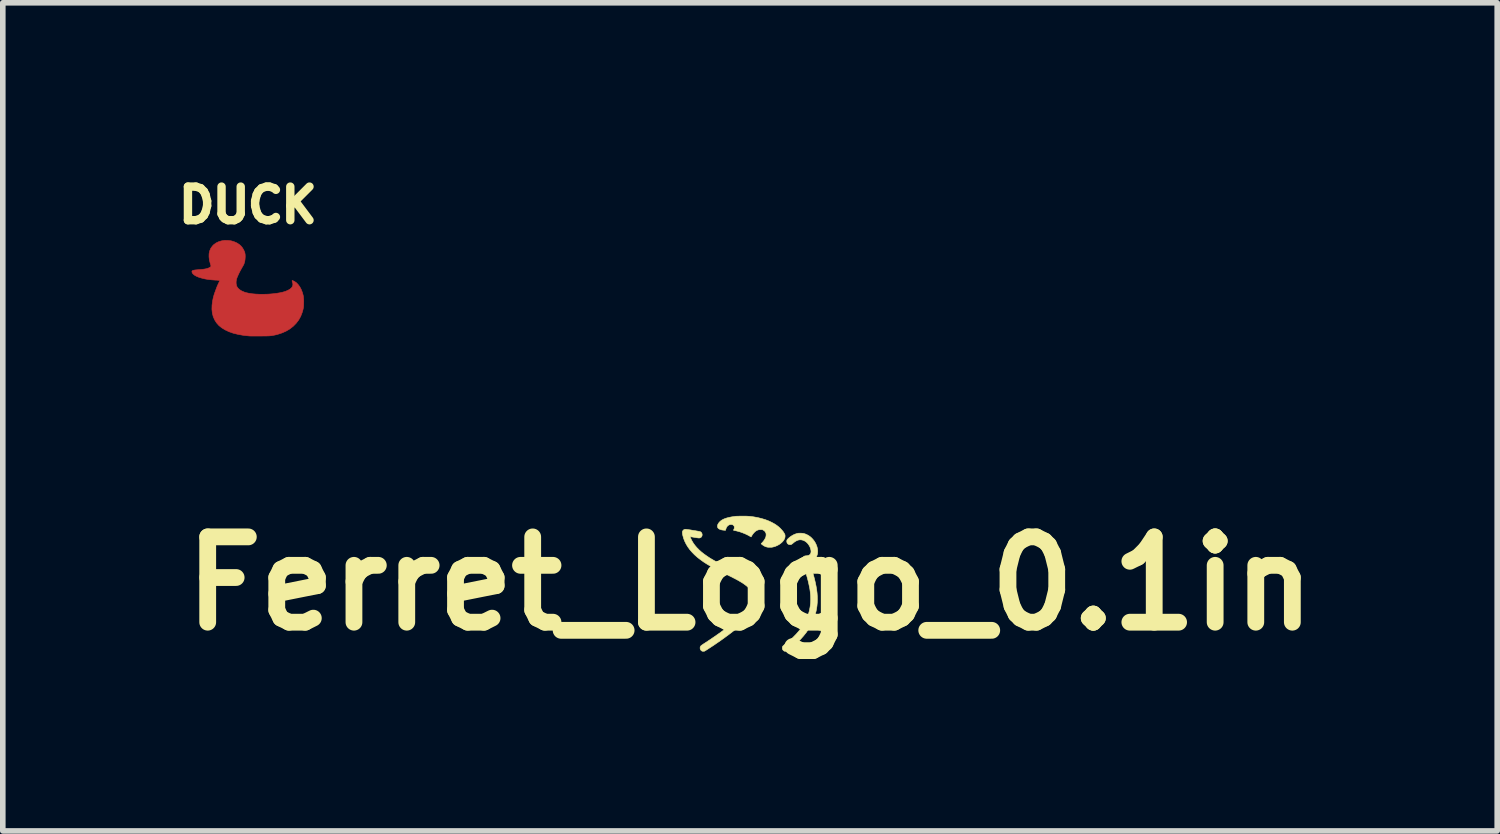
<source format=kicad_pcb>
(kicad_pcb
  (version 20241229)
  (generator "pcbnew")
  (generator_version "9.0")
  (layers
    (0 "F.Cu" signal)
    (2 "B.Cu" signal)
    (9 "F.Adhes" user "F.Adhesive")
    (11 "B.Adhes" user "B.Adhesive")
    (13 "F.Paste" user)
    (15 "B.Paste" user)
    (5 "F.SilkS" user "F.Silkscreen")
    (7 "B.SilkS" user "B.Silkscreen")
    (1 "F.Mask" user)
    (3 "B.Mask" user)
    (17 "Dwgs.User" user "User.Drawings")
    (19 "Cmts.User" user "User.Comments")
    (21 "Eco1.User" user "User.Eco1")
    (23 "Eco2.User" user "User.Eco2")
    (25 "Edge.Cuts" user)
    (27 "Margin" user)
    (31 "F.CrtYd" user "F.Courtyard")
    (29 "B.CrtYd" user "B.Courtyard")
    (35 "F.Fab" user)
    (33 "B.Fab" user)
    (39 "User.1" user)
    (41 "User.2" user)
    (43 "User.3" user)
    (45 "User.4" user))
  (footprint "Ferret_Logo_0.1in"
    (layer "F.Cu")
    (at 10.349 7.376)
    (property "Reference" "Ferret_Logo_0.1in" (at 0 0 0) (layer "F.SilkS") (effects (font (size 1.524 1.524) (thickness 0.3))))
    (attr through_hole)
    (fp_poly (pts (xy 1.048 -0.334) (xy 1.061 -0.329) (xy 1.072 -0.321) (xy 1.076 -0.317) (xy 1.08 -0.312) (xy 1.083 -0.307) (xy 1.087 -0.299) (xy 1.09 -0.29) (xy 1.095 -0.276) (xy 1.1 -0.259) (xy 1.104 -0.249) (xy 1.128 -0.171) (xy 1.148 -0.097) (xy 1.165 -0.026) (xy 1.179 0.041) (xy 1.19 0.106) (xy 1.198 0.168) (xy 1.202 0.228) (xy 1.203 0.286) (xy 1.201 0.343) (xy 1.196 0.399) (xy 1.188 0.454) (xy 1.181 0.489) (xy 1.164 0.556) (xy 1.142 0.622) (xy 1.115 0.686) (xy 1.083 0.75) (xy 1.045 0.813) (xy 1.003 0.875) (xy 0.955 0.935) (xy 0.902 0.995) (xy 0.843 1.053) (xy 0.78 1.11) (xy 0.726 1.155) (xy 0.707 1.17) (xy 0.692 1.182) (xy 0.68 1.191) (xy 0.67 1.198) (xy 0.663 1.203) (xy 0.66 1.205) (xy 0.65 1.208) (xy 0.638 1.209) (xy 0.625 1.209) (xy 0.614 1.207) (xy 0.61 1.205) (xy 0.595 1.194) (xy 0.584 1.181) (xy 0.578 1.165) (xy 0.577 1.151) (xy 0.577 1.141) (xy 0.579 1.132) (xy 0.582 1.124) (xy 0.588 1.115) (xy 0.597 1.107) (xy 0.609 1.096) (xy 0.624 1.084) (xy 0.628 1.081) (xy 0.681 1.039) (xy 0.731 0.995) (xy 0.779 0.949) (xy 0.825 0.902) (xy 0.866 0.855) (xy 0.904 0.808) (xy 0.925 0.78) (xy 0.962 0.722) (xy 0.994 0.664) (xy 1.021 0.604) (xy 1.044 0.543) (xy 1.061 0.481) (xy 1.073 0.417) (xy 1.081 0.352) (xy 1.084 0.285) (xy 1.082 0.215) (xy 1.075 0.144) (xy 1.068 0.092) (xy 1.058 0.043) (xy 1.047 -0.009) (xy 1.034 -0.063) (xy 1.019 -0.119) (xy 1.003 -0.174) (xy 0.986 -0.228) (xy 0.982 -0.239) (xy 0.976 -0.26) (xy 0.974 -0.278) (xy 0.975 -0.294) (xy 0.981 -0.307) (xy 0.989 -0.318) (xy 1.002 -0.329) (xy 1.017 -0.334) (xy 1.032 -0.336) (xy 1.048 -0.334)) (stroke (width 0.01) (type solid)) (fill yes) (layer "F.SilkS"))
    (fp_poly (pts (xy 0.923 -0.9) (xy 0.945 -0.898) (xy 0.964 -0.894) (xy 0.984 -0.888) (xy 1.004 -0.88) (xy 1.037 -0.864) (xy 1.069 -0.843) (xy 1.098 -0.818) (xy 1.124 -0.79) (xy 1.148 -0.759) (xy 1.168 -0.726) (xy 1.184 -0.692) (xy 1.197 -0.656) (xy 1.205 -0.62) (xy 1.209 -0.584) (xy 1.208 -0.565) (xy 1.207 -0.543) (xy 1.203 -0.524) (xy 1.198 -0.507) (xy 1.191 -0.489) (xy 1.188 -0.483) (xy 1.173 -0.457) (xy 1.154 -0.435) (xy 1.131 -0.416) (xy 1.105 -0.401) (xy 1.075 -0.389) (xy 1.07 -0.387) (xy 1.056 -0.384) (xy 1.04 -0.381) (xy 1.023 -0.38) (xy 1.006 -0.379) (xy 0.991 -0.379) (xy 0.978 -0.38) (xy 0.969 -0.382) (xy 0.967 -0.383) (xy 0.952 -0.393) (xy 0.941 -0.407) (xy 0.935 -0.423) (xy 0.934 -0.437) (xy 0.936 -0.452) (xy 0.941 -0.465) (xy 0.949 -0.477) (xy 0.957 -0.484) (xy 0.966 -0.489) (xy 0.977 -0.493) (xy 0.992 -0.496) (xy 1.004 -0.497) (xy 1.024 -0.499) (xy 1.039 -0.503) (xy 1.052 -0.507) (xy 1.062 -0.513) (xy 1.071 -0.52) (xy 1.081 -0.534) (xy 1.087 -0.55) (xy 1.09 -0.569) (xy 1.089 -0.59) (xy 1.085 -0.612) (xy 1.078 -0.635) (xy 1.069 -0.658) (xy 1.057 -0.68) (xy 1.042 -0.702) (xy 1.026 -0.722) (xy 1.007 -0.74) (xy 0.987 -0.755) (xy 0.981 -0.759) (xy 0.954 -0.772) (xy 0.928 -0.78) (xy 0.901 -0.783) (xy 0.874 -0.781) (xy 0.847 -0.773) (xy 0.82 -0.76) (xy 0.792 -0.742) (xy 0.769 -0.723) (xy 0.756 -0.712) (xy 0.746 -0.705) (xy 0.738 -0.7) (xy 0.73 -0.697) (xy 0.721 -0.696) (xy 0.714 -0.696) (xy 0.697 -0.698) (xy 0.681 -0.705) (xy 0.669 -0.715) (xy 0.661 -0.729) (xy 0.657 -0.746) (xy 0.656 -0.754) (xy 0.657 -0.765) (xy 0.659 -0.775) (xy 0.664 -0.785) (xy 0.672 -0.795) (xy 0.684 -0.806) (xy 0.688 -0.811) (xy 0.721 -0.838) (xy 0.755 -0.86) (xy 0.791 -0.879) (xy 0.828 -0.892) (xy 0.832 -0.893) (xy 0.843 -0.896) (xy 0.853 -0.898) (xy 0.863 -0.9) (xy 0.874 -0.9) (xy 0.888 -0.901) (xy 0.898 -0.901) (xy 0.923 -0.9)) (stroke (width 0.01) (type solid)) (fill yes) (layer "F.SilkS"))
    (fp_poly (pts (xy -0.116 -1.205) (xy -0.091 -1.205) (xy -0.067 -1.205) (xy -0.045 -1.204) (xy -0.027 -1.203) (xy -0.012 -1.202) (xy -0.007 -1.202) (xy 0.069 -1.192) (xy 0.14 -1.179) (xy 0.208 -1.162) (xy 0.272 -1.143) (xy 0.332 -1.12) (xy 0.388 -1.094) (xy 0.44 -1.065) (xy 0.441 -1.065) (xy 0.475 -1.042) (xy 0.508 -1.017) (xy 0.538 -0.99) (xy 0.565 -0.961) (xy 0.589 -0.933) (xy 0.608 -0.904) (xy 0.617 -0.889) (xy 0.621 -0.88) (xy 0.624 -0.873) (xy 0.625 -0.865) (xy 0.626 -0.856) (xy 0.626 -0.848) (xy 0.625 -0.833) (xy 0.623 -0.822) (xy 0.62 -0.811) (xy 0.619 -0.809) (xy 0.607 -0.784) (xy 0.59 -0.76) (xy 0.569 -0.737) (xy 0.544 -0.716) (xy 0.517 -0.697) (xy 0.487 -0.681) (xy 0.455 -0.667) (xy 0.423 -0.657) (xy 0.396 -0.651) (xy 0.382 -0.649) (xy 0.366 -0.649) (xy 0.348 -0.649) (xy 0.33 -0.649) (xy 0.315 -0.651) (xy 0.306 -0.652) (xy 0.275 -0.661) (xy 0.247 -0.675) (xy 0.221 -0.693) (xy 0.214 -0.699) (xy 0.198 -0.712) (xy 0.216 -0.731) (xy 0.234 -0.751) (xy 0.248 -0.769) (xy 0.259 -0.786) (xy 0.267 -0.8) (xy 0.276 -0.817) (xy 0.282 -0.833) (xy 0.285 -0.847) (xy 0.287 -0.863) (xy 0.287 -0.872) (xy 0.287 -0.884) (xy 0.286 -0.893) (xy 0.284 -0.9) (xy 0.281 -0.908) (xy 0.278 -0.913) (xy 0.267 -0.932) (xy 0.252 -0.946) (xy 0.233 -0.957) (xy 0.226 -0.961) (xy 0.22 -0.963) (xy 0.212 -0.964) (xy 0.203 -0.964) (xy 0.189 -0.964) (xy 0.188 -0.964) (xy 0.168 -0.964) (xy 0.152 -0.961) (xy 0.138 -0.957) (xy 0.123 -0.95) (xy 0.111 -0.944) (xy 0.094 -0.932) (xy 0.077 -0.916) (xy 0.06 -0.897) (xy 0.044 -0.876) (xy 0.031 -0.855) (xy 0.026 -0.846) (xy 0.02 -0.834) (xy 0.002 -0.844) (xy -0.044 -0.869) (xy -0.091 -0.891) (xy -0.136 -0.909) (xy -0.173 -0.922) (xy -0.185 -0.926) (xy -0.199 -0.93) (xy -0.215 -0.934) (xy -0.232 -0.939) (xy -0.247 -0.942) (xy -0.262 -0.946) (xy -0.274 -0.948) (xy -0.282 -0.95) (xy -0.284 -0.95) (xy -0.292 -0.951) (xy -0.295 -0.955) (xy -0.293 -0.96) (xy -0.293 -0.961) (xy -0.285 -0.976) (xy -0.281 -0.992) (xy -0.28 -1.008) (xy -0.283 -1.023) (xy -0.286 -1.029) (xy -0.294 -1.04) (xy -0.306 -1.049) (xy -0.321 -1.054) (xy -0.338 -1.057) (xy -0.353 -1.055) (xy -0.374 -1.049) (xy -0.392 -1.038) (xy -0.408 -1.023) (xy -0.421 -1.003) (xy -0.43 -0.98) (xy -0.433 -0.97) (xy -0.438 -0.952) (xy -0.465 -0.954) (xy -0.492 -0.957) (xy -0.516 -0.962) (xy -0.537 -0.969) (xy -0.555 -0.978) (xy -0.568 -0.989) (xy -0.573 -0.994) (xy -0.58 -1.009) (xy -0.582 -1.025) (xy -0.58 -1.042) (xy -0.574 -1.06) (xy -0.563 -1.078) (xy -0.549 -1.097) (xy -0.531 -1.114) (xy -0.523 -1.121) (xy -0.501 -1.136) (xy -0.476 -1.15) (xy -0.447 -1.162) (xy -0.414 -1.173) (xy -0.377 -1.182) (xy -0.335 -1.191) (xy -0.288 -1.198) (xy -0.262 -1.202) (xy -0.25 -1.203) (xy -0.234 -1.204) (xy -0.215 -1.204) (xy -0.192 -1.205) (xy -0.168 -1.205) (xy -0.142 -1.205) (xy -0.116 -1.205)) (stroke (width 0.01) (type solid)) (fill yes) (layer "F.SilkS"))
    (fp_poly (pts (xy -1.147 -0.971) (xy -1.137 -0.969) (xy -1.123 -0.967) (xy -1.106 -0.965) (xy -1.086 -0.962) (xy -1.064 -0.959) (xy -1.042 -0.955) (xy -1.019 -0.951) (xy -0.995 -0.947) (xy -0.973 -0.944) (xy -0.952 -0.94) (xy -0.933 -0.937) (xy -0.917 -0.934) (xy -0.904 -0.931) (xy -0.895 -0.929) (xy -0.89 -0.928) (xy -0.876 -0.92) (xy -0.865 -0.907) (xy -0.858 -0.892) (xy -0.855 -0.875) (xy -0.855 -0.873) (xy -0.857 -0.856) (xy -0.864 -0.84) (xy -0.874 -0.828) (xy -0.888 -0.82) (xy -0.904 -0.815) (xy -0.912 -0.815) (xy -0.918 -0.815) (xy -0.929 -0.817) (xy -0.944 -0.818) (xy -0.961 -0.821) (xy -0.979 -0.824) (xy -0.997 -0.827) (xy -1.016 -0.83) (xy -1.033 -0.833) (xy -1.048 -0.835) (xy -1.059 -0.837) (xy -1.067 -0.838) (xy -1.07 -0.839) (xy -1.07 -0.839) (xy -1.07 -0.836) (xy -1.068 -0.83) (xy -1.064 -0.821) (xy -1.06 -0.81) (xy -1.054 -0.798) (xy -1.049 -0.786) (xy -1.043 -0.775) (xy -1.038 -0.765) (xy -1.038 -0.765) (xy -1.014 -0.724) (xy -0.985 -0.684) (xy -0.952 -0.645) (xy -0.914 -0.606) (xy -0.872 -0.568) (xy -0.824 -0.53) (xy -0.772 -0.493) (xy -0.715 -0.455) (xy -0.669 -0.428) (xy -0.655 -0.42) (xy -0.642 -0.412) (xy -0.629 -0.405) (xy -0.616 -0.398) (xy -0.602 -0.39) (xy -0.587 -0.382) (xy -0.57 -0.373) (xy -0.552 -0.364) (xy -0.532 -0.353) (xy -0.508 -0.342) (xy -0.482 -0.328) (xy -0.452 -0.313) (xy -0.419 -0.296) (xy -0.381 -0.278) (xy -0.336 -0.255) (xy -0.296 -0.235) (xy -0.26 -0.216) (xy -0.227 -0.2) (xy -0.198 -0.185) (xy -0.172 -0.171) (xy -0.149 -0.158) (xy -0.127 -0.146) (xy -0.108 -0.135) (xy -0.091 -0.125) (xy -0.074 -0.114) (xy -0.059 -0.104) (xy -0.044 -0.094) (xy -0.029 -0.084) (xy -0.015 -0.073) (xy -0.012 -0.07) (xy 0.024 -0.042) (xy 0.055 -0.015) (xy 0.082 0.013) (xy 0.104 0.041) (xy 0.124 0.07) (xy 0.14 0.101) (xy 0.14 0.102) (xy 0.155 0.138) (xy 0.164 0.174) (xy 0.169 0.212) (xy 0.168 0.25) (xy 0.163 0.289) (xy 0.152 0.33) (xy 0.137 0.371) (xy 0.116 0.413) (xy 0.09 0.456) (xy 0.06 0.501) (xy 0.024 0.547) (xy -0.002 0.577) (xy -0.041 0.619) (xy -0.085 0.663) (xy -0.133 0.708) (xy -0.187 0.756) (xy -0.245 0.804) (xy -0.307 0.855) (xy -0.374 0.906) (xy -0.446 0.959) (xy -0.522 1.014) (xy -0.602 1.069) (xy -0.631 1.089) (xy -0.651 1.103) (xy -0.673 1.117) (xy -0.694 1.131) (xy -0.715 1.145) (xy -0.736 1.158) (xy -0.755 1.171) (xy -0.772 1.182) (xy -0.786 1.191) (xy -0.798 1.198) (xy -0.806 1.203) (xy -0.809 1.205) (xy -0.818 1.208) (xy -0.83 1.209) (xy -0.843 1.209) (xy -0.854 1.207) (xy -0.859 1.205) (xy -0.874 1.194) (xy -0.884 1.181) (xy -0.89 1.165) (xy -0.892 1.151) (xy -0.89 1.134) (xy -0.883 1.119) (xy -0.874 1.108) (xy -0.87 1.105) (xy -0.862 1.099) (xy -0.851 1.092) (xy -0.837 1.082) (xy -0.822 1.072) (xy -0.808 1.063) (xy -0.718 1.004) (xy -0.633 0.946) (xy -0.553 0.89) (xy -0.478 0.836) (xy -0.408 0.783) (xy -0.343 0.731) (xy -0.282 0.681) (xy -0.227 0.633) (xy -0.177 0.586) (xy -0.132 0.541) (xy -0.091 0.498) (xy -0.056 0.456) (xy -0.026 0.415) (xy -0.000425 0.377) (xy 0.02 0.34) (xy 0.035 0.304) (xy 0.043 0.28) (xy 0.047 0.257) (xy 0.049 0.232) (xy 0.048 0.207) (xy 0.045 0.184) (xy 0.042 0.173) (xy 0.03 0.147) (xy 0.014 0.12) (xy -0.007 0.094) (xy -0.033 0.067) (xy -0.065 0.039) (xy -0.101 0.012) (xy -0.143 -0.017) (xy -0.145 -0.018) (xy -0.159 -0.026) (xy -0.174 -0.035) (xy -0.189 -0.044) (xy -0.206 -0.054) (xy -0.224 -0.064) (xy -0.245 -0.075) (xy -0.267 -0.087) (xy -0.293 -0.1) (xy -0.321 -0.115) (xy -0.354 -0.131) (xy -0.39 -0.149) (xy -0.431 -0.169) (xy -0.431 -0.169) (xy -0.478 -0.193) (xy -0.52 -0.214) (xy -0.559 -0.234) (xy -0.594 -0.251) (xy -0.625 -0.268) (xy -0.654 -0.283) (xy -0.681 -0.298) (xy -0.705 -0.311) (xy -0.728 -0.324) (xy -0.749 -0.337) (xy -0.77 -0.349) (xy -0.79 -0.362) (xy -0.81 -0.375) (xy -0.822 -0.382) (xy -0.882 -0.425) (xy -0.938 -0.468) (xy -0.989 -0.513) (xy -1.034 -0.559) (xy -1.075 -0.606) (xy -1.11 -0.654) (xy -1.14 -0.703) (xy -1.165 -0.753) (xy -1.183 -0.798) (xy -1.191 -0.824) (xy -1.198 -0.849) (xy -1.204 -0.873) (xy -1.207 -0.894) (xy -1.209 -0.912) (xy -1.208 -0.926) (xy -1.206 -0.936) (xy -1.205 -0.937) (xy -1.195 -0.952) (xy -1.182 -0.963) (xy -1.166 -0.969) (xy -1.152 -0.971) (xy -1.147 -0.971)) (stroke (width 0.01) (type solid)) (fill yes) (layer "F.SilkS")))
  (footprint "DUCK"
    (layer "F.Cu")
    (at 1.379 2.114)
    (property "Reference" "DUCK" (at 0 -1.5 0) (layer "F.SilkS") (effects (font (size 0.6 0.6) (thickness 0.15))))
    (attr through_hole)
    (fp_poly (pts (xy -0.357 -0.869) (xy -0.301 -0.862) (xy -0.247 -0.846) (xy -0.197 -0.824) (xy -0.151 -0.794) (xy -0.125 -0.77) (xy -0.099 -0.739) (xy -0.076 -0.701) (xy -0.059 -0.663) (xy -0.055 -0.649) (xy -0.049 -0.615) (xy -0.048 -0.575) (xy -0.051 -0.532) (xy -0.057 -0.492) (xy -0.068 -0.455) (xy -0.075 -0.437) (xy -0.083 -0.423) (xy -0.094 -0.403) (xy -0.107 -0.381) (xy -0.115 -0.366) (xy -0.137 -0.327) (xy -0.158 -0.286) (xy -0.176 -0.247) (xy -0.191 -0.212) (xy -0.202 -0.183) (xy -0.204 -0.175) (xy -0.21 -0.14) (xy -0.211 -0.105) (xy -0.206 -0.073) (xy -0.198 -0.046) (xy -0.197 -0.045) (xy -0.177 -0.016) (xy -0.148 0.011) (xy -0.111 0.034) (xy -0.067 0.053) (xy -0.036 0.063) (xy 0.016 0.075) (xy 0.076 0.084) (xy 0.143 0.09) (xy 0.214 0.093) (xy 0.288 0.093) (xy 0.363 0.091) (xy 0.437 0.085) (xy 0.508 0.077) (xy 0.574 0.066) (xy 0.623 0.055) (xy 0.673 0.04) (xy 0.715 0.022) (xy 0.75 0.002) (xy 0.777 -0.02) (xy 0.794 -0.044) (xy 0.799 -0.057) (xy 0.803 -0.075) (xy 0.803 -0.091) (xy 0.8 -0.108) (xy 0.794 -0.126) (xy 0.79 -0.141) (xy 0.789 -0.15) (xy 0.794 -0.153) (xy 0.805 -0.149) (xy 0.824 -0.14) (xy 0.83 -0.137) (xy 0.864 -0.115) (xy 0.896 -0.082) (xy 0.926 -0.042) (xy 0.951 0.005) (xy 0.972 0.058) (xy 0.982 0.093) (xy 0.988 0.116) (xy 0.992 0.136) (xy 0.994 0.157) (xy 0.996 0.182) (xy 0.997 0.213) (xy 0.997 0.228) (xy 0.996 0.268) (xy 0.995 0.301) (xy 0.992 0.33) (xy 0.986 0.359) (xy 0.978 0.39) (xy 0.97 0.417) (xy 0.943 0.487) (xy 0.907 0.552) (xy 0.862 0.611) (xy 0.809 0.665) (xy 0.749 0.712) (xy 0.681 0.752) (xy 0.605 0.785) (xy 0.523 0.812) (xy 0.46 0.826) (xy 0.442 0.829) (xy 0.425 0.832) (xy 0.407 0.834) (xy 0.387 0.836) (xy 0.363 0.837) (xy 0.334 0.838) (xy 0.298 0.838) (xy 0.254 0.839) (xy 0.225 0.839) (xy 0.182 0.839) (xy 0.141 0.839) (xy 0.103 0.839) (xy 0.071 0.839) (xy 0.046 0.839) (xy 0.029 0.838) (xy 0.024 0.838) (xy -0.079 0.827) (xy -0.174 0.81) (xy -0.261 0.789) (xy -0.338 0.762) (xy -0.408 0.729) (xy -0.468 0.692) (xy -0.52 0.65) (xy -0.562 0.602) (xy -0.594 0.551) (xy -0.62 0.492) (xy -0.636 0.429) (xy -0.643 0.362) (xy -0.641 0.289) (xy -0.631 0.211) (xy -0.617 0.145) (xy -0.605 0.103) (xy -0.589 0.056) (xy -0.571 0.007) (xy -0.553 -0.041) (xy -0.534 -0.084) (xy -0.522 -0.11) (xy -0.513 -0.128) (xy -0.506 -0.143) (xy -0.503 -0.152) (xy -0.503 -0.153) (xy -0.508 -0.154) (xy -0.521 -0.156) (xy -0.542 -0.158) (xy -0.568 -0.16) (xy -0.583 -0.16) (xy -0.649 -0.165) (xy -0.712 -0.172) (xy -0.771 -0.182) (xy -0.824 -0.195) (xy -0.872 -0.209) (xy -0.914 -0.226) (xy -0.948 -0.244) (xy -0.974 -0.264) (xy -0.992 -0.284) (xy -1 -0.306) (xy -1 -0.312) (xy -0.999 -0.32) (xy -0.993 -0.327) (xy -0.983 -0.333) (xy -0.967 -0.337) (xy -0.943 -0.341) (xy -0.912 -0.344) (xy -0.876 -0.347) (xy -0.825 -0.351) (xy -0.784 -0.356) (xy -0.75 -0.362) (xy -0.723 -0.369) (xy -0.701 -0.377) (xy -0.694 -0.381) (xy -0.676 -0.39) (xy -0.666 -0.397) (xy -0.661 -0.406) (xy -0.661 -0.417) (xy -0.666 -0.434) (xy -0.672 -0.453) (xy -0.688 -0.516) (xy -0.695 -0.576) (xy -0.694 -0.631) (xy -0.683 -0.682) (xy -0.663 -0.729) (xy -0.634 -0.769) (xy -0.611 -0.793) (xy -0.568 -0.824) (xy -0.52 -0.847) (xy -0.467 -0.862) (xy -0.413 -0.87) (xy -0.357 -0.869)) (stroke (width 0.01) (type solid)) (fill yes) (layer "F.Cu")))
  (gr_rect
    (start -3 -3)
    (end 23.697 11.794)
    (stroke (width 0.1) (type default))
    (fill no)
    (layer "Edge.Cuts")))
</source>
